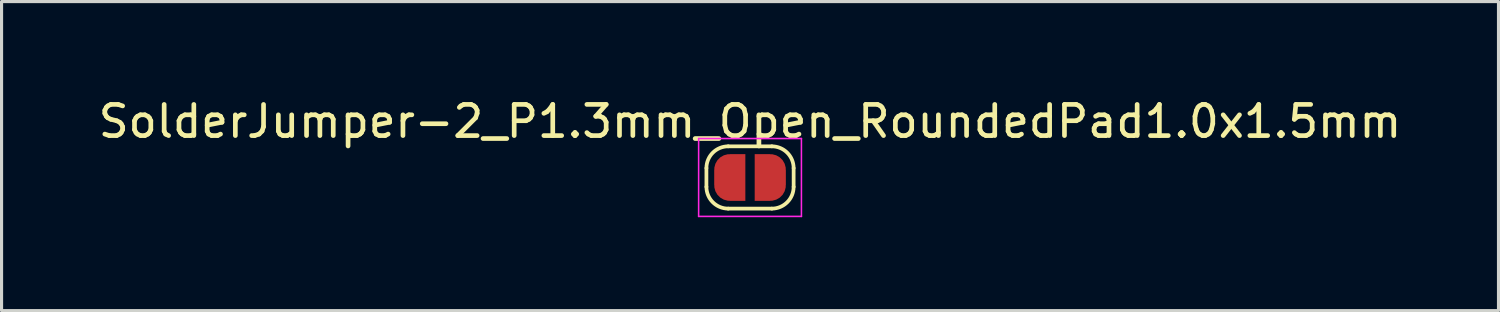
<source format=kicad_pcb>
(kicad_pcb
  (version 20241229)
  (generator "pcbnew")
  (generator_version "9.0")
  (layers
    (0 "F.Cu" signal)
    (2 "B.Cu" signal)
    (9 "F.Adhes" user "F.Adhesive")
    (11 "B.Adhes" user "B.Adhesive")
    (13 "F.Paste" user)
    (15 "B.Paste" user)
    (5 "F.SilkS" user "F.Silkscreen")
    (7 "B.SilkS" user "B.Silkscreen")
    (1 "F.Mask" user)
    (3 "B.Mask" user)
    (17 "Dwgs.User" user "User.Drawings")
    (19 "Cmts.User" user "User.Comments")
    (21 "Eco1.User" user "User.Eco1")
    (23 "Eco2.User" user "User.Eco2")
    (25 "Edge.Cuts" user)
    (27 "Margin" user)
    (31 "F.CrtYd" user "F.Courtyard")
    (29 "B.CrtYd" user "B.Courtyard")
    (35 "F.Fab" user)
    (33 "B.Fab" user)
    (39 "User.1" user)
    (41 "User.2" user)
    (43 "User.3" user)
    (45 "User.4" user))
  (footprint "SolderJumper-2_P1.3mm_Open_RoundedPad1.0x1.5mm"
    (layer "F.Cu")
    (at 21.03 2.648)
    (property "Reference" "SolderJumper-2_P1.3mm_Open_RoundedPad1.0x1.5mm" (at 0 -1.8 0) (layer "F.SilkS") (effects (font (size 1 1) (thickness 0.15))))
    (attr exclude_from_pos_files exclude_from_bom)
    (fp_line (start -1.4 0.3) (end -1.4 -0.3) (stroke (width 0.12) (type solid)) (layer "F.SilkS"))
    (fp_line (start -0.7 -1) (end 0.7 -1) (stroke (width 0.12) (type solid)) (layer "F.SilkS"))
    (fp_line (start 0.7 1) (end -0.7 1) (stroke (width 0.12) (type solid)) (layer "F.SilkS"))
    (fp_line (start 1.4 -0.3) (end 1.4 0.3) (stroke (width 0.12) (type solid)) (layer "F.SilkS"))
    (fp_arc (start -1.4 -0.3) (mid -1.194975 -0.794975) (end -0.7 -1) (stroke (width 0.12) (type solid)) (layer "F.SilkS"))
    (fp_arc (start -0.7 1) (mid -1.194975 0.794975) (end -1.4 0.3) (stroke (width 0.12) (type solid)) (layer "F.SilkS"))
    (fp_arc (start 0.7 -1) (mid 1.194975 -0.794975) (end 1.4 -0.3) (stroke (width 0.12) (type solid)) (layer "F.SilkS"))
    (fp_arc (start 1.4 0.3) (mid 1.194975 0.794975) (end 0.7 1) (stroke (width 0.12) (type solid)) (layer "F.SilkS"))
    (fp_line (start -1.65 -1.25) (end -1.65 1.25) (stroke (width 0.05) (type solid)) (layer "F.CrtYd"))
    (fp_line (start -1.65 -1.25) (end 1.65 -1.25) (stroke (width 0.05) (type solid)) (layer "F.CrtYd"))
    (fp_line (start 1.65 1.25) (end -1.65 1.25) (stroke (width 0.05) (type solid)) (layer "F.CrtYd"))
    (fp_line (start 1.65 1.25) (end 1.65 -1.25) (stroke (width 0.05) (type solid)) (layer "F.CrtYd"))
    (pad "1" smd custom (at -0.65 0) (size 1 0.5) (layers "F.Cu" "F.Mask") (options (anchor rect)) (primitives (gr_circle (center 0 0.25) (end 0.5 0.25) (width 0) (fill yes)) (gr_circle (center 0 -0.25) (end 0.5 -0.25) (width 0) (fill yes)) (gr_poly (pts (xy 0 -0.75) (xy 0.5 -0.75) (xy 0.5 0.75) (xy 0 0.75)) (width 0) (fill yes))))
    (pad "2" smd custom (at 0.65 0) (size 1 0.5) (layers "F.Cu" "F.Mask") (options (anchor rect)) (primitives (gr_circle (center 0 0.25) (end 0.5 0.25) (width 0) (fill yes)) (gr_circle (center 0 -0.25) (end 0.5 -0.25) (width 0) (fill yes)) (gr_poly (pts (xy 0 -0.75) (xy -0.5 -0.75) (xy -0.5 0.75) (xy 0 0.75)) (width 0) (fill yes)))))
  (gr_rect
    (start -3 -3)
    (end 45.06 6.923)
    (stroke (width 0.1) (type default))
    (fill no)
    (layer "Edge.Cuts")))
</source>
